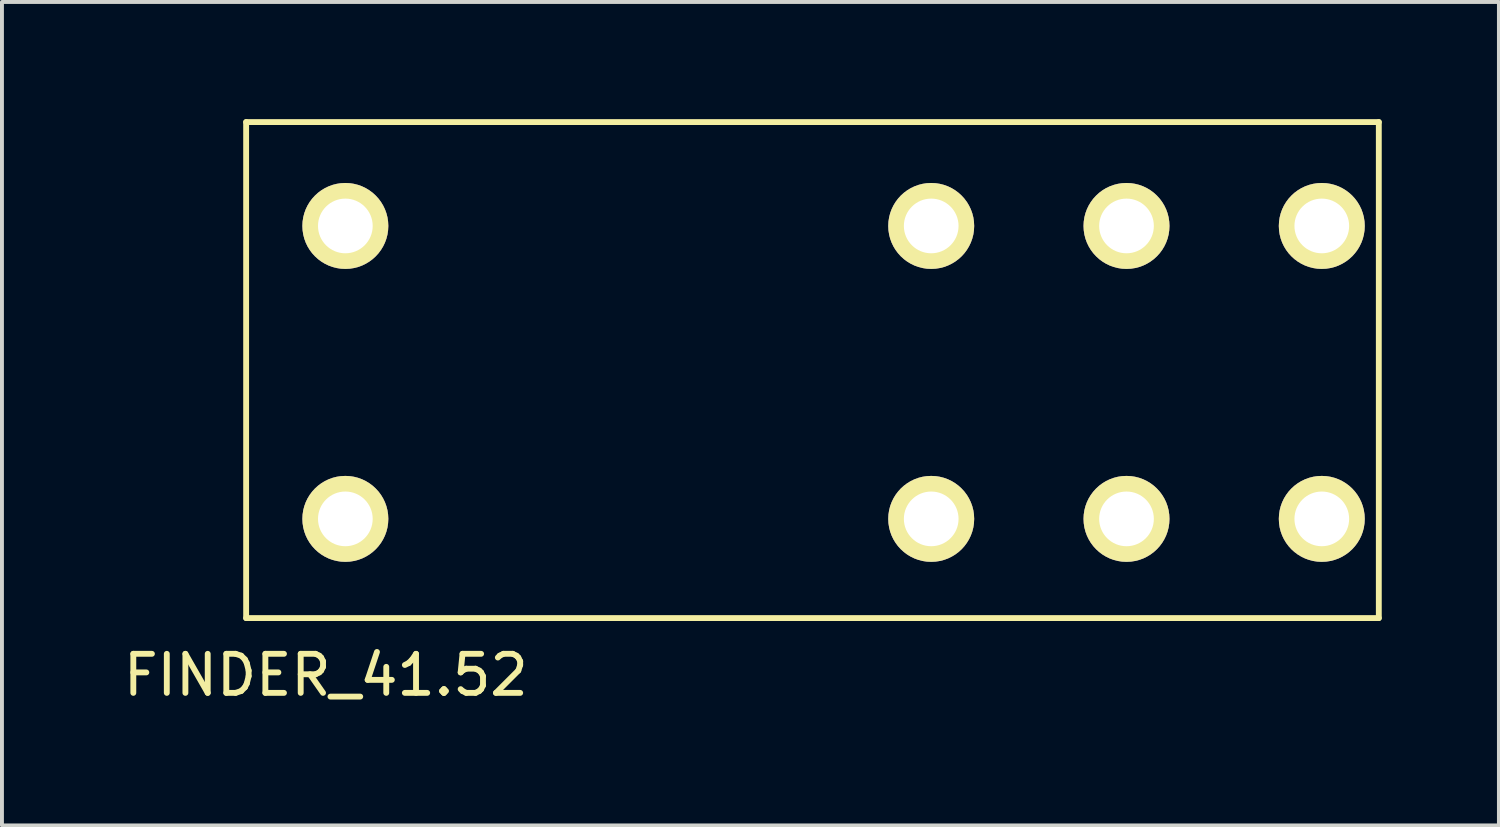
<source format=kicad_pcb>
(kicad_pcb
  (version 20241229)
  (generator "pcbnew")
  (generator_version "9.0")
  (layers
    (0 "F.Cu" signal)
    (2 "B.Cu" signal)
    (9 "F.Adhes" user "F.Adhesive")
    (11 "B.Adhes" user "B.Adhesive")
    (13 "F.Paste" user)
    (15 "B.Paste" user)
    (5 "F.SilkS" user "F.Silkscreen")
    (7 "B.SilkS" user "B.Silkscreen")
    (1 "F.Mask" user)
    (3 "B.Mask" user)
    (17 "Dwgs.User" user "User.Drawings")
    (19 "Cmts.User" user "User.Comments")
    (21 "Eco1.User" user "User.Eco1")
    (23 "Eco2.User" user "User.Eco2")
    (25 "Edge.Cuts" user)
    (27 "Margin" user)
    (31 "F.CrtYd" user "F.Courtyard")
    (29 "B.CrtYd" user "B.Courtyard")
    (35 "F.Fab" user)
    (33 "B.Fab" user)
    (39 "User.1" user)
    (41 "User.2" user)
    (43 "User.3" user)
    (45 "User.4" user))
  (footprint "FINDER_41.52"
    (layer "F.Cu")
    (at 16.792 6.235)
    (property "Reference" "FINDER_41.52" (at -11.5 8 0) (layer "F.SilkS") (effects (font (size 1 1) (thickness 0.15))))
    (attr through_hole)
    (fp_line (start -13.54 -6.16) (end 15.46 -6.16) (stroke (width 0.15) (type solid)) (layer "F.SilkS"))
    (fp_line (start -13.54 6.54) (end -13.54 -6.16) (stroke (width 0.15) (type solid)) (layer "F.SilkS"))
    (fp_line (start 15.46 -6.16) (end 15.46 6.54) (stroke (width 0.15) (type solid)) (layer "F.SilkS"))
    (fp_line (start 15.46 6.54) (end -13.54 6.54) (stroke (width 0.15) (type solid)) (layer "F.SilkS"))
    (pad "11" thru_hole circle (at 9 -3.5) (size 2.2 2.2) (drill 1.4) (layers "*.Cu" "*.Mask" "F.SilkS"))
    (pad "12" thru_hole circle (at 4 -3.5) (size 2.2 2.2) (drill 1.4) (layers "*.Cu" "*.Mask" "F.SilkS"))
    (pad "14" thru_hole circle (at 14 -3.5) (size 2.2 2.2) (drill 1.4) (layers "*.Cu" "*.Mask" "F.SilkS"))
    (pad "21" thru_hole circle (at 9 4) (size 2.2 2.2) (drill 1.4) (layers "*.Cu" "*.Mask" "F.SilkS"))
    (pad "22" thru_hole circle (at 4 4) (size 2.2 2.2) (drill 1.4) (layers "*.Cu" "*.Mask" "F.SilkS"))
    (pad "24" thru_hole circle (at 14 4) (size 2.2 2.2) (drill 1.4) (layers "*.Cu" "*.Mask" "F.SilkS"))
    (pad "A1" thru_hole circle (at -11 -3.5) (size 2.2 2.2) (drill 1.4) (layers "*.Cu" "*.Mask" "F.SilkS"))
    (pad "A2" thru_hole circle (at -11 4) (size 2.2 2.2) (drill 1.4) (layers "*.Cu" "*.Mask" "F.SilkS")))
  (gr_rect
    (start -3 -3)
    (end 35.327 18.083)
    (stroke (width 0.1) (type default))
    (fill no)
    (layer "Edge.Cuts")))
</source>
